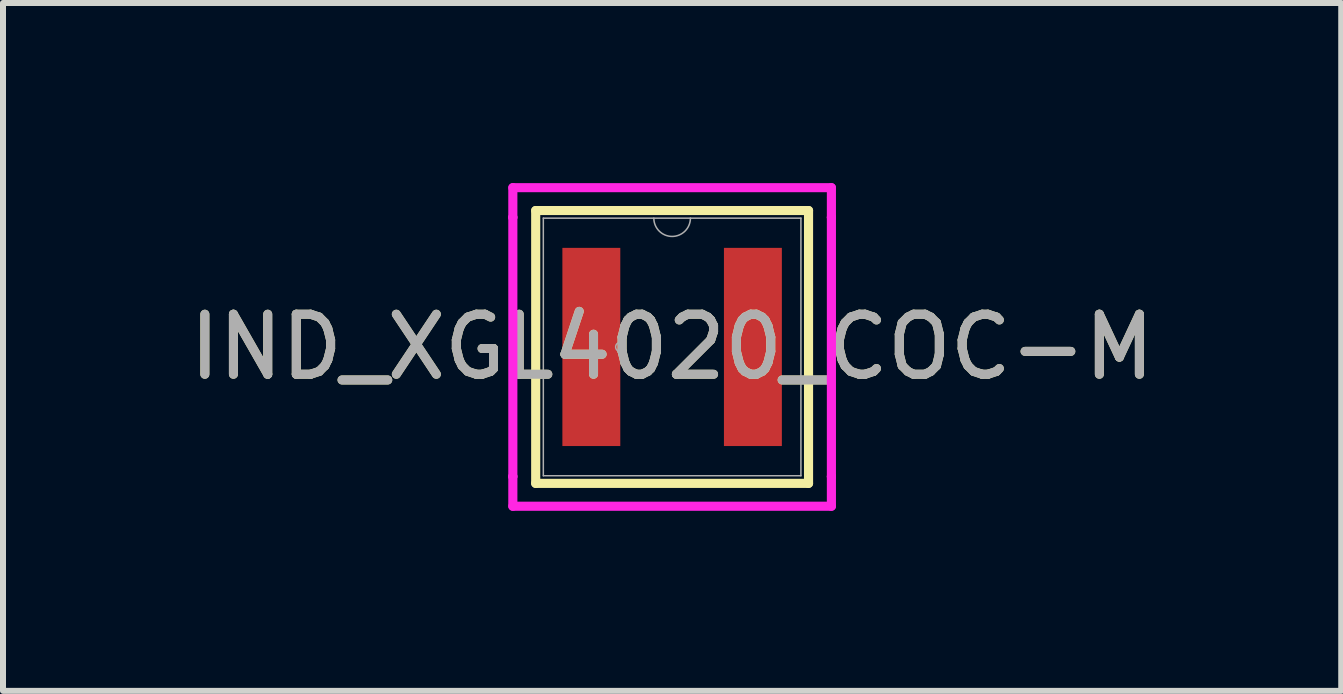
<source format=kicad_pcb>
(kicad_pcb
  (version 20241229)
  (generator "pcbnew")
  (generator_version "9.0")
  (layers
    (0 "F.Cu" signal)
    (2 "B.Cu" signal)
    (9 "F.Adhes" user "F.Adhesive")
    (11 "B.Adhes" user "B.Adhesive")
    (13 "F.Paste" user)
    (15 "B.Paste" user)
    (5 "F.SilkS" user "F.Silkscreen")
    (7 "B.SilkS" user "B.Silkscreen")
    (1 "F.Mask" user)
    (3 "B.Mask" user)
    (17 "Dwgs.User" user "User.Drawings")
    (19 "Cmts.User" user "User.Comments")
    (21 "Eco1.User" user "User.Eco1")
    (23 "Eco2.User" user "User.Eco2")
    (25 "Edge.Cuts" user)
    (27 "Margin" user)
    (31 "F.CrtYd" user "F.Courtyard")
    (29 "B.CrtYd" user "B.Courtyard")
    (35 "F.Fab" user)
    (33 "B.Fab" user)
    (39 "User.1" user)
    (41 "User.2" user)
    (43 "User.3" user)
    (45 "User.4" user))
  (footprint "IND_XGL4020_COC-M"
    (layer "F.Cu")
    (at 8.149 2.731)
    (property "Reference" "IND_XGL4020_COC-M" (at 0 0 0) (unlocked yes) (layer "F.SilkS") (effects (font (size 1 1) (thickness 0.15))))
    (attr smd)
    (fp_line (start -2.273 -2.273) (end -2.273 2.273) (stroke (width 0.152) (type solid)) (layer "F.SilkS"))
    (fp_line (start -2.273 2.273) (end 2.273 2.273) (stroke (width 0.152) (type solid)) (layer "F.SilkS"))
    (fp_line (start 2.273 -2.273) (end -2.273 -2.273) (stroke (width 0.152) (type solid)) (layer "F.SilkS"))
    (fp_line (start 2.273 2.273) (end 2.273 -2.273) (stroke (width 0.152) (type solid)) (layer "F.SilkS"))
    (fp_line (start -2.654 -2.654) (end 2.654 -2.654) (stroke (width 0.152) (type solid)) (layer "F.CrtYd"))
    (fp_line (start -2.654 -2.159) (end -2.654 -2.654) (stroke (width 0.152) (type solid)) (layer "F.CrtYd"))
    (fp_line (start -2.654 -2.159) (end -2.654 -2.159) (stroke (width 0.152) (type solid)) (layer "F.CrtYd"))
    (fp_line (start -2.654 2.159) (end -2.654 -2.159) (stroke (width 0.152) (type solid)) (layer "F.CrtYd"))
    (fp_line (start -2.654 2.159) (end -2.654 2.159) (stroke (width 0.152) (type solid)) (layer "F.CrtYd"))
    (fp_line (start -2.654 2.654) (end -2.654 2.159) (stroke (width 0.152) (type solid)) (layer "F.CrtYd"))
    (fp_line (start 2.654 -2.654) (end 2.654 -2.159) (stroke (width 0.152) (type solid)) (layer "F.CrtYd"))
    (fp_line (start 2.654 -2.159) (end 2.654 -2.159) (stroke (width 0.152) (type solid)) (layer "F.CrtYd"))
    (fp_line (start 2.654 -2.159) (end 2.654 2.159) (stroke (width 0.152) (type solid)) (layer "F.CrtYd"))
    (fp_line (start 2.654 2.159) (end 2.654 2.159) (stroke (width 0.152) (type solid)) (layer "F.CrtYd"))
    (fp_line (start 2.654 2.159) (end 2.654 2.654) (stroke (width 0.152) (type solid)) (layer "F.CrtYd"))
    (fp_line (start 2.654 2.654) (end -2.654 2.654) (stroke (width 0.152) (type solid)) (layer "F.CrtYd"))
    (fp_line (start -2.146 -2.146) (end -2.146 2.146) (stroke (width 0.025) (type solid)) (layer "F.Fab"))
    (fp_line (start -2.146 2.146) (end 2.146 2.146) (stroke (width 0.025) (type solid)) (layer "F.Fab"))
    (fp_line (start 2.146 -2.146) (end -2.146 -2.146) (stroke (width 0.025) (type solid)) (layer "F.Fab"))
    (fp_line (start 2.146 2.146) (end 2.146 -2.146) (stroke (width 0.025) (type solid)) (layer "F.Fab"))
    (fp_arc (start 0.3048 -2.1463) (mid 0 -1.8415) (end -0.3048 -2.1463) (stroke (width 0.0254) (type solid)) (layer "F.Fab"))
    (fp_circle (center -0.864 0) (end -0.787 0) (stroke (width 0.025) (type solid)) (fill no) (layer "F.Fab"))
    (fp_text user "${REFERENCE}" (at 0 0 0) (unlocked yes) (layer "F.Fab") (effects (font (size 1 1) (thickness 0.15))))
    (pad "1" smd rect (at -1.346 0) (size 0.965 3.302) (layers "F.Cu" "F.Mask" "F.Paste"))
    (pad "2" smd rect (at 1.346 0) (size 0.965 3.302) (layers "F.Cu" "F.Mask" "F.Paste")))
  (gr_rect
    (start -3 -3)
    (end 19.298 8.461)
    (stroke (width 0.1) (type default))
    (fill no)
    (layer "Edge.Cuts")))
</source>
